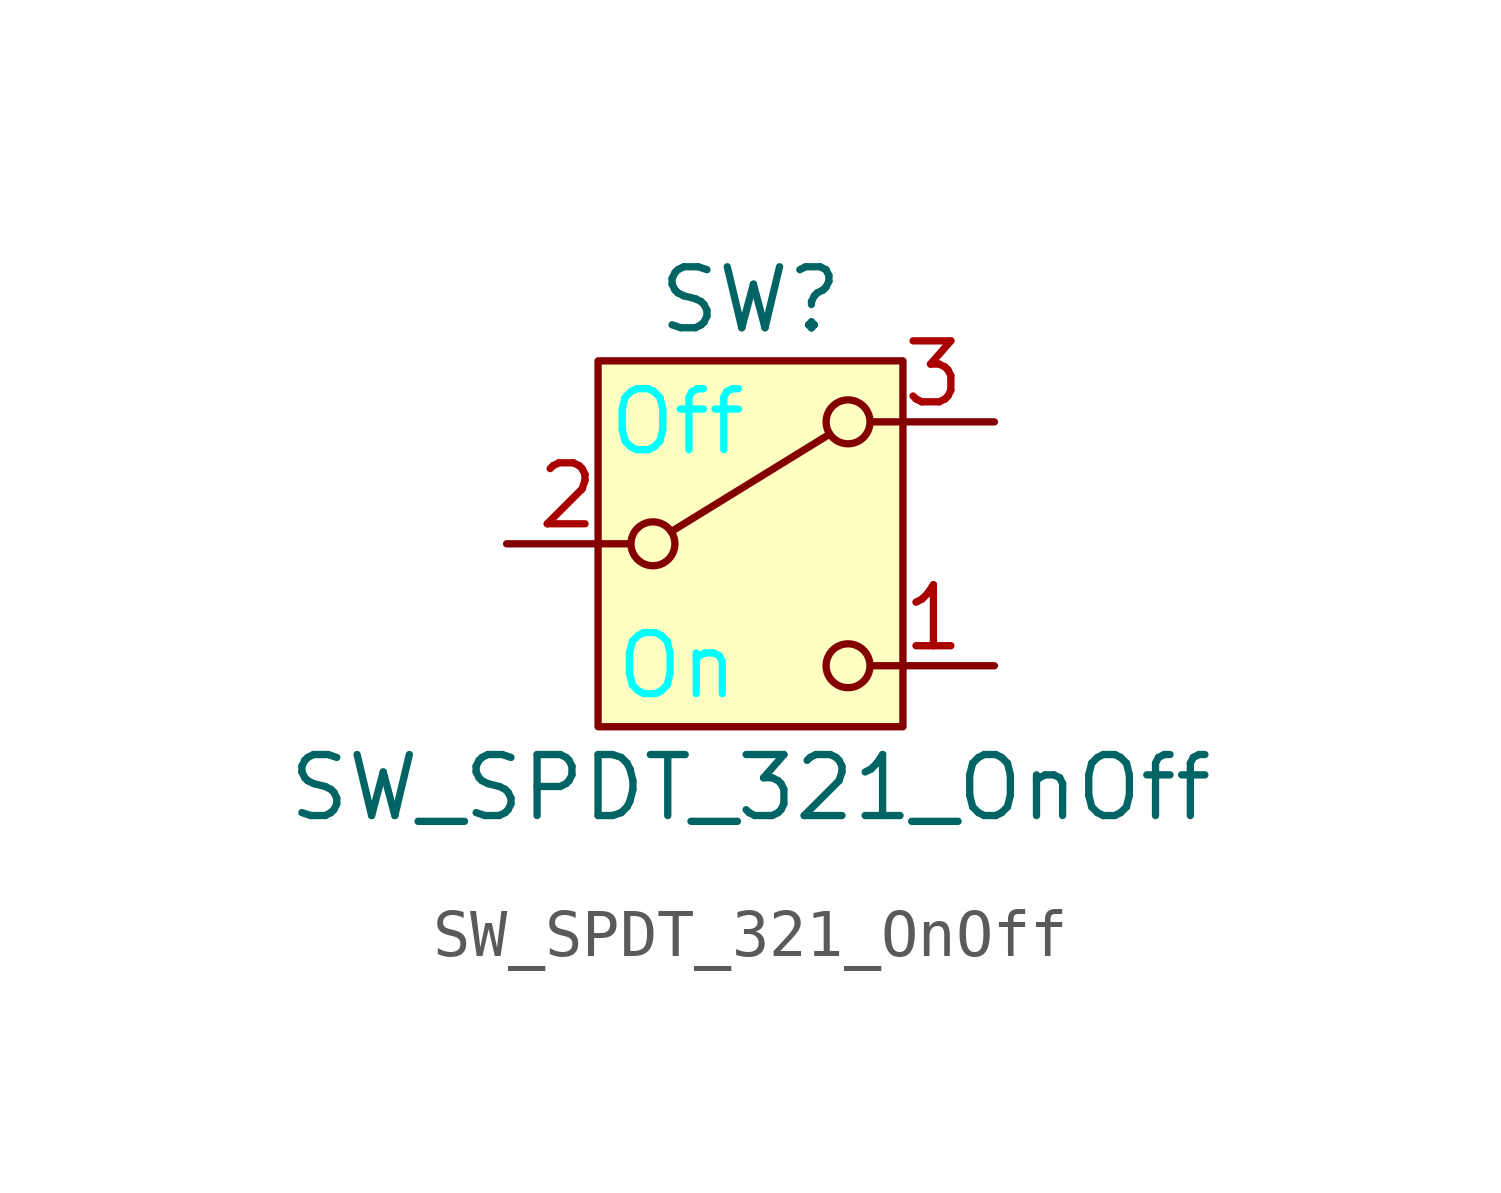
<source format=kicad_sym>
(kicad_symbol_lib
  (version 20231120)
  (generator "kicad_symbol_editor")
  (generator_version "8.0")
  (symbol "SW_SPDT_321_OnOff"
    (pin_names
      (offset 1) hide)
    (property "Reference" "SW"
      (at 0 5.08 0)
      (effects (font (size 1.27 1.27))))
    (property "Value" "SW_SPDT_321_OnOff"
      (at 0 -5.08 0)
      (effects (font (size 1.27 1.27))))
    (symbol "SW_SPDT_321_OnOff_0_1"
      (circle (center -2.032 0) (radius 0.457) (stroke (width 0) (type default)) (fill (type none)))
      (polyline (pts (xy -1.651 0.254) (xy 1.651 2.286)) (stroke (width 0) (type default)) (fill (type none)))
      (circle (center 2.032 -2.54) (radius 0.457) (stroke (width 0) (type default)) (fill (type none)))
      (circle (center 2.032 2.54) (radius 0.457) (stroke (width 0) (type default)) (fill (type none))))
    (symbol "SW_SPDT_321_OnOff_1_1"
      (rectangle (start -3.175 3.81) (end 3.175 -3.81) (stroke (width 0) (type default)) (fill (type background)))
      (text "Off\n" (at -1.524 2.54 0) (effects (font (size 1.27 1.27) (color 0 255 255 1))))
      (text "On" (at -1.524 -2.54 0) (effects (font (size 1.27 1.27) (color 0 255 255 1))))
      (pin passive line (at 5.08 -2.54 180) (length 2.54) (name "C" (effects (font (size 1.27 1.27)))) (number "1" (effects (font (size 1.27 1.27)))))
      (pin passive line (at -5.08 0 0) (length 2.54) (name "B" (effects (font (size 1.27 1.27)))) (number "2" (effects (font (size 1.27 1.27)))))
      (pin passive line (at 5.08 2.54 180) (length 2.54) (name "A" (effects (font (size 1.27 1.27)))) (number "3" (effects (font (size 1.27 1.27))))))))
</source>
